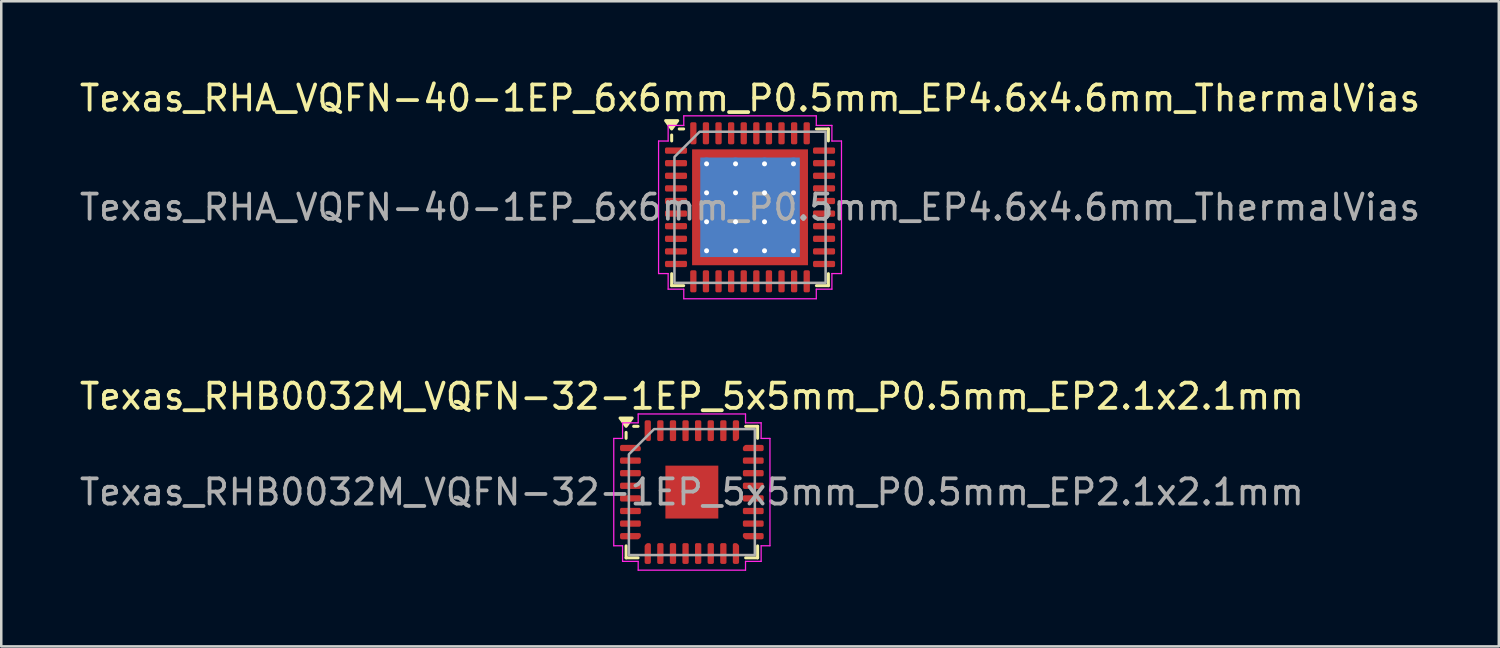
<source format=kicad_pcb>
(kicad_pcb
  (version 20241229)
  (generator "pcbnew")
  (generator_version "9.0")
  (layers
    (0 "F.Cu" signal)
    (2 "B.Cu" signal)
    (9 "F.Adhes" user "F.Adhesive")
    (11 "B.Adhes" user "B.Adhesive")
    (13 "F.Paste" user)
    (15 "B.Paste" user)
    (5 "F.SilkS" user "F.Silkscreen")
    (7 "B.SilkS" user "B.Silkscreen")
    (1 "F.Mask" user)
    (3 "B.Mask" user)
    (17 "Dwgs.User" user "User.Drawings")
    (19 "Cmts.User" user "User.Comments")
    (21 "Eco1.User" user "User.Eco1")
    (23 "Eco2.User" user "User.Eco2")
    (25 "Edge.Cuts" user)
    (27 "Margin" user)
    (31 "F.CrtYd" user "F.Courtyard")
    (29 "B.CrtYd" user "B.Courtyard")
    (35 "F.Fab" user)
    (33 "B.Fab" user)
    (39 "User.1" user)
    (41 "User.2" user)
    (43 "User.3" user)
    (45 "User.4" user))
  (footprint "Texas_RHB0032M_VQFN-32-1EP_5x5mm_P0.5mm_EP2.1x2.1mm"
    (layer "F.Cu")
    (at 24.411 16.482)
    (property "Reference" "Texas_RHB0032M_VQFN-32-1EP_5x5mm_P0.5mm_EP2.1x2.1mm" (at 0 -3.8 0) (layer "F.SilkS") (effects (font (size 1 1) (thickness 0.15))))
    (attr smd)
    (fp_line (start -2.61 -2.135) (end -2.61 -2.37) (stroke (width 0.12) (type solid)) (layer "F.SilkS"))
    (fp_line (start -2.61 2.61) (end -2.61 2.135) (stroke (width 0.12) (type solid)) (layer "F.SilkS"))
    (fp_line (start -2.135 -2.61) (end -2.31 -2.61) (stroke (width 0.12) (type solid)) (layer "F.SilkS"))
    (fp_line (start -2.135 2.61) (end -2.61 2.61) (stroke (width 0.12) (type solid)) (layer "F.SilkS"))
    (fp_line (start 2.135 -2.61) (end 2.61 -2.61) (stroke (width 0.12) (type solid)) (layer "F.SilkS"))
    (fp_line (start 2.135 2.61) (end 2.61 2.61) (stroke (width 0.12) (type solid)) (layer "F.SilkS"))
    (fp_line (start 2.61 -2.61) (end 2.61 -2.135) (stroke (width 0.12) (type solid)) (layer "F.SilkS"))
    (fp_line (start 2.61 2.61) (end 2.61 2.135) (stroke (width 0.12) (type solid)) (layer "F.SilkS"))
    (fp_poly (pts (xy -2.61 -2.61) (xy -2.85 -2.94) (xy -2.37 -2.94)) (stroke (width 0.12) (type solid)) (fill yes) (layer "F.SilkS"))
    (fp_line (start -3.1 -2.13) (end -2.75 -2.13) (stroke (width 0.05) (type solid)) (layer "F.CrtYd"))
    (fp_line (start -3.1 2.13) (end -3.1 -2.13) (stroke (width 0.05) (type solid)) (layer "F.CrtYd"))
    (fp_line (start -2.75 -2.75) (end -2.13 -2.75) (stroke (width 0.05) (type solid)) (layer "F.CrtYd"))
    (fp_line (start -2.75 -2.13) (end -2.75 -2.75) (stroke (width 0.05) (type solid)) (layer "F.CrtYd"))
    (fp_line (start -2.75 2.13) (end -3.1 2.13) (stroke (width 0.05) (type solid)) (layer "F.CrtYd"))
    (fp_line (start -2.75 2.75) (end -2.75 2.13) (stroke (width 0.05) (type solid)) (layer "F.CrtYd"))
    (fp_line (start -2.13 -3.1) (end 2.13 -3.1) (stroke (width 0.05) (type solid)) (layer "F.CrtYd"))
    (fp_line (start -2.13 -2.75) (end -2.13 -3.1) (stroke (width 0.05) (type solid)) (layer "F.CrtYd"))
    (fp_line (start -2.13 2.75) (end -2.75 2.75) (stroke (width 0.05) (type solid)) (layer "F.CrtYd"))
    (fp_line (start -2.13 3.1) (end -2.13 2.75) (stroke (width 0.05) (type solid)) (layer "F.CrtYd"))
    (fp_line (start 2.13 -3.1) (end 2.13 -2.75) (stroke (width 0.05) (type solid)) (layer "F.CrtYd"))
    (fp_line (start 2.13 -2.75) (end 2.75 -2.75) (stroke (width 0.05) (type solid)) (layer "F.CrtYd"))
    (fp_line (start 2.13 2.75) (end 2.13 3.1) (stroke (width 0.05) (type solid)) (layer "F.CrtYd"))
    (fp_line (start 2.13 3.1) (end -2.13 3.1) (stroke (width 0.05) (type solid)) (layer "F.CrtYd"))
    (fp_line (start 2.75 -2.75) (end 2.75 -2.13) (stroke (width 0.05) (type solid)) (layer "F.CrtYd"))
    (fp_line (start 2.75 -2.13) (end 3.1 -2.13) (stroke (width 0.05) (type solid)) (layer "F.CrtYd"))
    (fp_line (start 2.75 2.13) (end 2.75 2.75) (stroke (width 0.05) (type solid)) (layer "F.CrtYd"))
    (fp_line (start 2.75 2.75) (end 2.13 2.75) (stroke (width 0.05) (type solid)) (layer "F.CrtYd"))
    (fp_line (start 3.1 -2.13) (end 3.1 2.13) (stroke (width 0.05) (type solid)) (layer "F.CrtYd"))
    (fp_line (start 3.1 2.13) (end 2.75 2.13) (stroke (width 0.05) (type solid)) (layer "F.CrtYd"))
    (fp_poly (pts (xy -2.5 -1.5) (xy -2.5 2.5) (xy 2.5 2.5) (xy 2.5 -2.5) (xy -1.5 -2.5)) (stroke (width 0.1) (type solid)) (fill no) (layer "F.Fab"))
    (fp_text user "${REFERENCE}" (at 0 0 0) (layer "F.Fab") (effects (font (size 1 1) (thickness 0.15))))
    (pad "" smd roundrect (at -0.525 -0.525) (size 0.85 0.85) (layers "F.Paste") (roundrect_rratio 0.25))
    (pad "" smd roundrect (at -0.525 0.525) (size 0.85 0.85) (layers "F.Paste") (roundrect_rratio 0.25))
    (pad "" smd roundrect (at 0.525 -0.525) (size 0.85 0.85) (layers "F.Paste") (roundrect_rratio 0.25))
    (pad "" smd roundrect (at 0.525 0.525) (size 0.85 0.85) (layers "F.Paste") (roundrect_rratio 0.25))
    (pad "1" smd custom (at -2.438 -1.75) (size 0.186 0.186) (layers "F.Cu" "F.Mask" "F.Paste") (options (anchor circle)) (primitives (gr_poly (pts (xy -0.35 -0.062) (xy 0.297 -0.062) (xy 0.35 -0.009) (xy 0.35 0.062) (xy -0.35 0.062)) (width 0.125) (fill yes))))
    (pad "2" smd roundrect (at -2.438 -1.25) (size 0.825 0.25) (layers "F.Cu" "F.Mask" "F.Paste") (roundrect_rratio 0.25))
    (pad "3" smd roundrect (at -2.438 -0.75) (size 0.825 0.25) (layers "F.Cu" "F.Mask" "F.Paste") (roundrect_rratio 0.25))
    (pad "4" smd roundrect (at -2.438 -0.25) (size 0.825 0.25) (layers "F.Cu" "F.Mask" "F.Paste") (roundrect_rratio 0.25))
    (pad "5" smd roundrect (at -2.438 0.25) (size 0.825 0.25) (layers "F.Cu" "F.Mask" "F.Paste") (roundrect_rratio 0.25))
    (pad "6" smd roundrect (at -2.438 0.75) (size 0.825 0.25) (layers "F.Cu" "F.Mask" "F.Paste") (roundrect_rratio 0.25))
    (pad "7" smd roundrect (at -2.438 1.25) (size 0.825 0.25) (layers "F.Cu" "F.Mask" "F.Paste") (roundrect_rratio 0.25))
    (pad "8" smd custom (at -2.438 1.75) (size 0.186 0.186) (layers "F.Cu" "F.Mask" "F.Paste") (options (anchor circle)) (primitives (gr_poly (pts (xy -0.35 -0.062) (xy 0.35 -0.062) (xy 0.35 0.009) (xy 0.297 0.062) (xy -0.35 0.062)) (width 0.125) (fill yes))))
    (pad "9" smd custom (at -1.75 2.438) (size 0.186 0.186) (layers "F.Cu" "F.Mask" "F.Paste") (options (anchor circle)) (primitives (gr_poly (pts (xy -0.062 -0.297) (xy -0.009 -0.35) (xy 0.062 -0.35) (xy 0.062 0.35) (xy -0.062 0.35)) (width 0.125) (fill yes))))
    (pad "10" smd roundrect (at -1.25 2.438) (size 0.25 0.825) (layers "F.Cu" "F.Mask" "F.Paste") (roundrect_rratio 0.25))
    (pad "11" smd roundrect (at -0.75 2.438) (size 0.25 0.825) (layers "F.Cu" "F.Mask" "F.Paste") (roundrect_rratio 0.25))
    (pad "12" smd roundrect (at -0.25 2.438) (size 0.25 0.825) (layers "F.Cu" "F.Mask" "F.Paste") (roundrect_rratio 0.25))
    (pad "13" smd roundrect (at 0.25 2.438) (size 0.25 0.825) (layers "F.Cu" "F.Mask" "F.Paste") (roundrect_rratio 0.25))
    (pad "14" smd roundrect (at 0.75 2.438) (size 0.25 0.825) (layers "F.Cu" "F.Mask" "F.Paste") (roundrect_rratio 0.25))
    (pad "15" smd roundrect (at 1.25 2.438) (size 0.25 0.825) (layers "F.Cu" "F.Mask" "F.Paste") (roundrect_rratio 0.25))
    (pad "16" smd custom (at 1.75 2.438) (size 0.186 0.186) (layers "F.Cu" "F.Mask" "F.Paste") (options (anchor circle)) (primitives (gr_poly (pts (xy -0.062 -0.35) (xy 0.009 -0.35) (xy 0.062 -0.297) (xy 0.062 0.35) (xy -0.062 0.35)) (width 0.125) (fill yes))))
    (pad "17" smd custom (at 2.438 1.75) (size 0.186 0.186) (layers "F.Cu" "F.Mask" "F.Paste") (options (anchor circle)) (primitives (gr_poly (pts (xy -0.35 -0.062) (xy 0.35 -0.062) (xy 0.35 0.062) (xy -0.297 0.062) (xy -0.35 0.009)) (width 0.125) (fill yes))))
    (pad "18" smd roundrect (at 2.438 1.25) (size 0.825 0.25) (layers "F.Cu" "F.Mask" "F.Paste") (roundrect_rratio 0.25))
    (pad "19" smd roundrect (at 2.438 0.75) (size 0.825 0.25) (layers "F.Cu" "F.Mask" "F.Paste") (roundrect_rratio 0.25))
    (pad "20" smd roundrect (at 2.438 0.25) (size 0.825 0.25) (layers "F.Cu" "F.Mask" "F.Paste") (roundrect_rratio 0.25))
    (pad "21" smd roundrect (at 2.438 -0.25) (size 0.825 0.25) (layers "F.Cu" "F.Mask" "F.Paste") (roundrect_rratio 0.25))
    (pad "22" smd roundrect (at 2.438 -0.75) (size 0.825 0.25) (layers "F.Cu" "F.Mask" "F.Paste") (roundrect_rratio 0.25))
    (pad "23" smd roundrect (at 2.438 -1.25) (size 0.825 0.25) (layers "F.Cu" "F.Mask" "F.Paste") (roundrect_rratio 0.25))
    (pad "24" smd custom (at 2.438 -1.75) (size 0.186 0.186) (layers "F.Cu" "F.Mask" "F.Paste") (options (anchor circle)) (primitives (gr_poly (pts (xy -0.35 -0.009) (xy -0.297 -0.062) (xy 0.35 -0.062) (xy 0.35 0.062) (xy -0.35 0.062)) (width 0.125) (fill yes))))
    (pad "25" smd custom (at 1.75 -2.438) (size 0.186 0.186) (layers "F.Cu" "F.Mask" "F.Paste") (options (anchor circle)) (primitives (gr_poly (pts (xy -0.062 -0.35) (xy 0.062 -0.35) (xy 0.062 0.297) (xy 0.009 0.35) (xy -0.062 0.35)) (width 0.125) (fill yes))))
    (pad "26" smd roundrect (at 1.25 -2.438) (size 0.25 0.825) (layers "F.Cu" "F.Mask" "F.Paste") (roundrect_rratio 0.25))
    (pad "27" smd roundrect (at 0.75 -2.438) (size 0.25 0.825) (layers "F.Cu" "F.Mask" "F.Paste") (roundrect_rratio 0.25))
    (pad "28" smd roundrect (at 0.25 -2.438) (size 0.25 0.825) (layers "F.Cu" "F.Mask" "F.Paste") (roundrect_rratio 0.25))
    (pad "29" smd roundrect (at -0.25 -2.438) (size 0.25 0.825) (layers "F.Cu" "F.Mask" "F.Paste") (roundrect_rratio 0.25))
    (pad "30" smd roundrect (at -0.75 -2.438) (size 0.25 0.825) (layers "F.Cu" "F.Mask" "F.Paste") (roundrect_rratio 0.25))
    (pad "31" smd roundrect (at -1.25 -2.438) (size 0.25 0.825) (layers "F.Cu" "F.Mask" "F.Paste") (roundrect_rratio 0.25))
    (pad "32" smd custom (at -1.75 -2.438) (size 0.186 0.186) (layers "F.Cu" "F.Mask" "F.Paste") (options (anchor circle)) (primitives (gr_poly (pts (xy -0.062 -0.35) (xy 0.062 -0.35) (xy 0.062 0.35) (xy -0.009 0.35) (xy -0.062 0.297)) (width 0.125) (fill yes))))
    (pad "33" smd rect (at 0 0) (size 2.1 2.1) (property pad_prop_heatsink) (layers "F.Cu" "F.Mask")))
  (footprint "Texas_RHA_VQFN-40-1EP_6x6mm_P0.5mm_EP4.6x4.6mm_ThermalVias"
    (layer "F.Cu")
    (at 26.72 5.178)
    (property "Reference" "Texas_RHA_VQFN-40-1EP_6x6mm_P0.5mm_EP4.6x4.6mm_ThermalVias" (at 0 -4.33 0) (layer "F.SilkS") (effects (font (size 1 1) (thickness 0.15))))
    (attr smd)
    (fp_line (start -3.11 -2.635) (end -3.11 -2.87) (stroke (width 0.12) (type solid)) (layer "F.SilkS"))
    (fp_line (start -3.11 3.11) (end -3.11 2.635) (stroke (width 0.12) (type solid)) (layer "F.SilkS"))
    (fp_line (start -2.635 -3.11) (end -2.81 -3.11) (stroke (width 0.12) (type solid)) (layer "F.SilkS"))
    (fp_line (start -2.635 3.11) (end -3.11 3.11) (stroke (width 0.12) (type solid)) (layer "F.SilkS"))
    (fp_line (start 2.635 -3.11) (end 3.11 -3.11) (stroke (width 0.12) (type solid)) (layer "F.SilkS"))
    (fp_line (start 2.635 3.11) (end 3.11 3.11) (stroke (width 0.12) (type solid)) (layer "F.SilkS"))
    (fp_line (start 3.11 -3.11) (end 3.11 -2.635) (stroke (width 0.12) (type solid)) (layer "F.SilkS"))
    (fp_line (start 3.11 3.11) (end 3.11 2.635) (stroke (width 0.12) (type solid)) (layer "F.SilkS"))
    (fp_poly (pts (xy -3.11 -3.11) (xy -3.35 -3.44) (xy -2.87 -3.44)) (stroke (width 0.12) (type solid)) (fill yes) (layer "F.SilkS"))
    (fp_line (start -3.63 -2.63) (end -3.25 -2.63) (stroke (width 0.05) (type solid)) (layer "F.CrtYd"))
    (fp_line (start -3.63 2.63) (end -3.63 -2.63) (stroke (width 0.05) (type solid)) (layer "F.CrtYd"))
    (fp_line (start -3.25 -3.25) (end -2.63 -3.25) (stroke (width 0.05) (type solid)) (layer "F.CrtYd"))
    (fp_line (start -3.25 -2.63) (end -3.25 -3.25) (stroke (width 0.05) (type solid)) (layer "F.CrtYd"))
    (fp_line (start -3.25 2.63) (end -3.63 2.63) (stroke (width 0.05) (type solid)) (layer "F.CrtYd"))
    (fp_line (start -3.25 3.25) (end -3.25 2.63) (stroke (width 0.05) (type solid)) (layer "F.CrtYd"))
    (fp_line (start -2.63 -3.63) (end 2.63 -3.63) (stroke (width 0.05) (type solid)) (layer "F.CrtYd"))
    (fp_line (start -2.63 -3.25) (end -2.63 -3.63) (stroke (width 0.05) (type solid)) (layer "F.CrtYd"))
    (fp_line (start -2.63 3.25) (end -3.25 3.25) (stroke (width 0.05) (type solid)) (layer "F.CrtYd"))
    (fp_line (start -2.63 3.63) (end -2.63 3.25) (stroke (width 0.05) (type solid)) (layer "F.CrtYd"))
    (fp_line (start 2.63 -3.63) (end 2.63 -3.25) (stroke (width 0.05) (type solid)) (layer "F.CrtYd"))
    (fp_line (start 2.63 -3.25) (end 3.25 -3.25) (stroke (width 0.05) (type solid)) (layer "F.CrtYd"))
    (fp_line (start 2.63 3.25) (end 2.63 3.63) (stroke (width 0.05) (type solid)) (layer "F.CrtYd"))
    (fp_line (start 2.63 3.63) (end -2.63 3.63) (stroke (width 0.05) (type solid)) (layer "F.CrtYd"))
    (fp_line (start 3.25 -3.25) (end 3.25 -2.63) (stroke (width 0.05) (type solid)) (layer "F.CrtYd"))
    (fp_line (start 3.25 -2.63) (end 3.63 -2.63) (stroke (width 0.05) (type solid)) (layer "F.CrtYd"))
    (fp_line (start 3.25 2.63) (end 3.25 3.25) (stroke (width 0.05) (type solid)) (layer "F.CrtYd"))
    (fp_line (start 3.25 3.25) (end 2.63 3.25) (stroke (width 0.05) (type solid)) (layer "F.CrtYd"))
    (fp_line (start 3.63 -2.63) (end 3.63 2.63) (stroke (width 0.05) (type solid)) (layer "F.CrtYd"))
    (fp_line (start 3.63 2.63) (end 3.25 2.63) (stroke (width 0.05) (type solid)) (layer "F.CrtYd"))
    (fp_poly (pts (xy -3 -2) (xy -3 3) (xy 3 3) (xy 3 -3) (xy -2 -3)) (stroke (width 0.1) (type solid)) (fill no) (layer "F.Fab"))
    (fp_text user "${REFERENCE}" (at 0 0 0) (layer "F.Fab") (effects (font (size 1 1) (thickness 0.15))))
    (pad "" smd roundrect (at -1.53 -1.53) (size 1.24 1.24) (layers "F.Paste") (roundrect_rratio 0.202))
    (pad "" smd roundrect (at -1.53 0) (size 1.24 1.24) (layers "F.Paste") (roundrect_rratio 0.202))
    (pad "" smd roundrect (at -1.53 1.53) (size 1.24 1.24) (layers "F.Paste") (roundrect_rratio 0.202))
    (pad "" smd roundrect (at 0 -1.53) (size 1.24 1.24) (layers "F.Paste") (roundrect_rratio 0.202))
    (pad "" smd roundrect (at 0 0) (size 1.24 1.24) (layers "F.Paste") (roundrect_rratio 0.202))
    (pad "" smd roundrect (at 0 1.53) (size 1.24 1.24) (layers "F.Paste") (roundrect_rratio 0.202))
    (pad "" smd roundrect (at 1.53 -1.53) (size 1.24 1.24) (layers "F.Paste") (roundrect_rratio 0.202))
    (pad "" smd roundrect (at 1.53 0) (size 1.24 1.24) (layers "F.Paste") (roundrect_rratio 0.202))
    (pad "" smd roundrect (at 1.53 1.53) (size 1.24 1.24) (layers "F.Paste") (roundrect_rratio 0.202))
    (pad "1" smd roundrect (at -2.938 -2.25) (size 0.875 0.25) (layers "F.Cu" "F.Mask" "F.Paste") (roundrect_rratio 0.25))
    (pad "2" smd roundrect (at -2.938 -1.75) (size 0.875 0.25) (layers "F.Cu" "F.Mask" "F.Paste") (roundrect_rratio 0.25))
    (pad "3" smd roundrect (at -2.938 -1.25) (size 0.875 0.25) (layers "F.Cu" "F.Mask" "F.Paste") (roundrect_rratio 0.25))
    (pad "4" smd roundrect (at -2.938 -0.75) (size 0.875 0.25) (layers "F.Cu" "F.Mask" "F.Paste") (roundrect_rratio 0.25))
    (pad "5" smd roundrect (at -2.938 -0.25) (size 0.875 0.25) (layers "F.Cu" "F.Mask" "F.Paste") (roundrect_rratio 0.25))
    (pad "6" smd roundrect (at -2.938 0.25) (size 0.875 0.25) (layers "F.Cu" "F.Mask" "F.Paste") (roundrect_rratio 0.25))
    (pad "7" smd roundrect (at -2.938 0.75) (size 0.875 0.25) (layers "F.Cu" "F.Mask" "F.Paste") (roundrect_rratio 0.25))
    (pad "8" smd roundrect (at -2.938 1.25) (size 0.875 0.25) (layers "F.Cu" "F.Mask" "F.Paste") (roundrect_rratio 0.25))
    (pad "9" smd roundrect (at -2.938 1.75) (size 0.875 0.25) (layers "F.Cu" "F.Mask" "F.Paste") (roundrect_rratio 0.25))
    (pad "10" smd roundrect (at -2.938 2.25) (size 0.875 0.25) (layers "F.Cu" "F.Mask" "F.Paste") (roundrect_rratio 0.25))
    (pad "11" smd roundrect (at -2.25 2.938) (size 0.25 0.875) (layers "F.Cu" "F.Mask" "F.Paste") (roundrect_rratio 0.25))
    (pad "12" smd roundrect (at -1.75 2.938) (size 0.25 0.875) (layers "F.Cu" "F.Mask" "F.Paste") (roundrect_rratio 0.25))
    (pad "13" smd roundrect (at -1.25 2.938) (size 0.25 0.875) (layers "F.Cu" "F.Mask" "F.Paste") (roundrect_rratio 0.25))
    (pad "14" smd roundrect (at -0.75 2.938) (size 0.25 0.875) (layers "F.Cu" "F.Mask" "F.Paste") (roundrect_rratio 0.25))
    (pad "15" smd roundrect (at -0.25 2.938) (size 0.25 0.875) (layers "F.Cu" "F.Mask" "F.Paste") (roundrect_rratio 0.25))
    (pad "16" smd roundrect (at 0.25 2.938) (size 0.25 0.875) (layers "F.Cu" "F.Mask" "F.Paste") (roundrect_rratio 0.25))
    (pad "17" smd roundrect (at 0.75 2.938) (size 0.25 0.875) (layers "F.Cu" "F.Mask" "F.Paste") (roundrect_rratio 0.25))
    (pad "18" smd roundrect (at 1.25 2.938) (size 0.25 0.875) (layers "F.Cu" "F.Mask" "F.Paste") (roundrect_rratio 0.25))
    (pad "19" smd roundrect (at 1.75 2.938) (size 0.25 0.875) (layers "F.Cu" "F.Mask" "F.Paste") (roundrect_rratio 0.25))
    (pad "20" smd roundrect (at 2.25 2.938) (size 0.25 0.875) (layers "F.Cu" "F.Mask" "F.Paste") (roundrect_rratio 0.25))
    (pad "21" smd roundrect (at 2.938 2.25) (size 0.875 0.25) (layers "F.Cu" "F.Mask" "F.Paste") (roundrect_rratio 0.25))
    (pad "22" smd roundrect (at 2.938 1.75) (size 0.875 0.25) (layers "F.Cu" "F.Mask" "F.Paste") (roundrect_rratio 0.25))
    (pad "23" smd roundrect (at 2.938 1.25) (size 0.875 0.25) (layers "F.Cu" "F.Mask" "F.Paste") (roundrect_rratio 0.25))
    (pad "24" smd roundrect (at 2.938 0.75) (size 0.875 0.25) (layers "F.Cu" "F.Mask" "F.Paste") (roundrect_rratio 0.25))
    (pad "25" smd roundrect (at 2.938 0.25) (size 0.875 0.25) (layers "F.Cu" "F.Mask" "F.Paste") (roundrect_rratio 0.25))
    (pad "26" smd roundrect (at 2.938 -0.25) (size 0.875 0.25) (layers "F.Cu" "F.Mask" "F.Paste") (roundrect_rratio 0.25))
    (pad "27" smd roundrect (at 2.938 -0.75) (size 0.875 0.25) (layers "F.Cu" "F.Mask" "F.Paste") (roundrect_rratio 0.25))
    (pad "28" smd roundrect (at 2.938 -1.25) (size 0.875 0.25) (layers "F.Cu" "F.Mask" "F.Paste") (roundrect_rratio 0.25))
    (pad "29" smd roundrect (at 2.938 -1.75) (size 0.875 0.25) (layers "F.Cu" "F.Mask" "F.Paste") (roundrect_rratio 0.25))
    (pad "30" smd roundrect (at 2.938 -2.25) (size 0.875 0.25) (layers "F.Cu" "F.Mask" "F.Paste") (roundrect_rratio 0.25))
    (pad "31" smd roundrect (at 2.25 -2.938) (size 0.25 0.875) (layers "F.Cu" "F.Mask" "F.Paste") (roundrect_rratio 0.25))
    (pad "32" smd roundrect (at 1.75 -2.938) (size 0.25 0.875) (layers "F.Cu" "F.Mask" "F.Paste") (roundrect_rratio 0.25))
    (pad "33" smd roundrect (at 1.25 -2.938) (size 0.25 0.875) (layers "F.Cu" "F.Mask" "F.Paste") (roundrect_rratio 0.25))
    (pad "34" smd roundrect (at 0.75 -2.938) (size 0.25 0.875) (layers "F.Cu" "F.Mask" "F.Paste") (roundrect_rratio 0.25))
    (pad "35" smd roundrect (at 0.25 -2.938) (size 0.25 0.875) (layers "F.Cu" "F.Mask" "F.Paste") (roundrect_rratio 0.25))
    (pad "36" smd roundrect (at -0.25 -2.938) (size 0.25 0.875) (layers "F.Cu" "F.Mask" "F.Paste") (roundrect_rratio 0.25))
    (pad "37" smd roundrect (at -0.75 -2.938) (size 0.25 0.875) (layers "F.Cu" "F.Mask" "F.Paste") (roundrect_rratio 0.25))
    (pad "38" smd roundrect (at -1.25 -2.938) (size 0.25 0.875) (layers "F.Cu" "F.Mask" "F.Paste") (roundrect_rratio 0.25))
    (pad "39" smd roundrect (at -1.75 -2.938) (size 0.25 0.875) (layers "F.Cu" "F.Mask" "F.Paste") (roundrect_rratio 0.25))
    (pad "40" smd roundrect (at -2.25 -2.938) (size 0.25 0.875) (layers "F.Cu" "F.Mask" "F.Paste") (roundrect_rratio 0.25))
    (pad "41" thru_hole circle (at -1.725 -1.725) (size 0.5 0.5) (drill 0.2) (property pad_prop_heatsink) (layers "*.Cu"))
    (pad "41" thru_hole circle (at -1.725 -0.575) (size 0.5 0.5) (drill 0.2) (property pad_prop_heatsink) (layers "*.Cu"))
    (pad "41" thru_hole circle (at -1.725 0.575) (size 0.5 0.5) (drill 0.2) (property pad_prop_heatsink) (layers "*.Cu"))
    (pad "41" thru_hole circle (at -1.725 1.725) (size 0.5 0.5) (drill 0.2) (property pad_prop_heatsink) (layers "*.Cu"))
    (pad "41" thru_hole circle (at -0.575 -1.725) (size 0.5 0.5) (drill 0.2) (property pad_prop_heatsink) (layers "*.Cu"))
    (pad "41" thru_hole circle (at -0.575 -0.575) (size 0.5 0.5) (drill 0.2) (property pad_prop_heatsink) (layers "*.Cu"))
    (pad "41" thru_hole circle (at -0.575 0.575) (size 0.5 0.5) (drill 0.2) (property pad_prop_heatsink) (layers "*.Cu"))
    (pad "41" thru_hole circle (at -0.575 1.725) (size 0.5 0.5) (drill 0.2) (property pad_prop_heatsink) (layers "*.Cu"))
    (pad "41" smd rect (at 0 0) (size 3.95 3.95) (property pad_prop_heatsink) (layers "B.Cu"))
    (pad "41" smd rect (at 0 0) (size 4.6 4.6) (property pad_prop_heatsink) (layers "F.Cu" "F.Mask"))
    (pad "41" thru_hole circle (at 0.575 -1.725) (size 0.5 0.5) (drill 0.2) (property pad_prop_heatsink) (layers "*.Cu"))
    (pad "41" thru_hole circle (at 0.575 -0.575) (size 0.5 0.5) (drill 0.2) (property pad_prop_heatsink) (layers "*.Cu"))
    (pad "41" thru_hole circle (at 0.575 0.575) (size 0.5 0.5) (drill 0.2) (property pad_prop_heatsink) (layers "*.Cu"))
    (pad "41" thru_hole circle (at 0.575 1.725) (size 0.5 0.5) (drill 0.2) (property pad_prop_heatsink) (layers "*.Cu"))
    (pad "41" thru_hole circle (at 1.725 -1.725) (size 0.5 0.5) (drill 0.2) (property pad_prop_heatsink) (layers "*.Cu"))
    (pad "41" thru_hole circle (at 1.725 -0.575) (size 0.5 0.5) (drill 0.2) (property pad_prop_heatsink) (layers "*.Cu"))
    (pad "41" thru_hole circle (at 1.725 0.575) (size 0.5 0.5) (drill 0.2) (property pad_prop_heatsink) (layers "*.Cu"))
    (pad "41" thru_hole circle (at 1.725 1.725) (size 0.5 0.5) (drill 0.2) (property pad_prop_heatsink) (layers "*.Cu")))
  (gr_rect
    (start -3 -3)
    (end 56.44 22.607)
    (stroke (width 0.1) (type default))
    (fill no)
    (layer "Edge.Cuts")))
</source>
